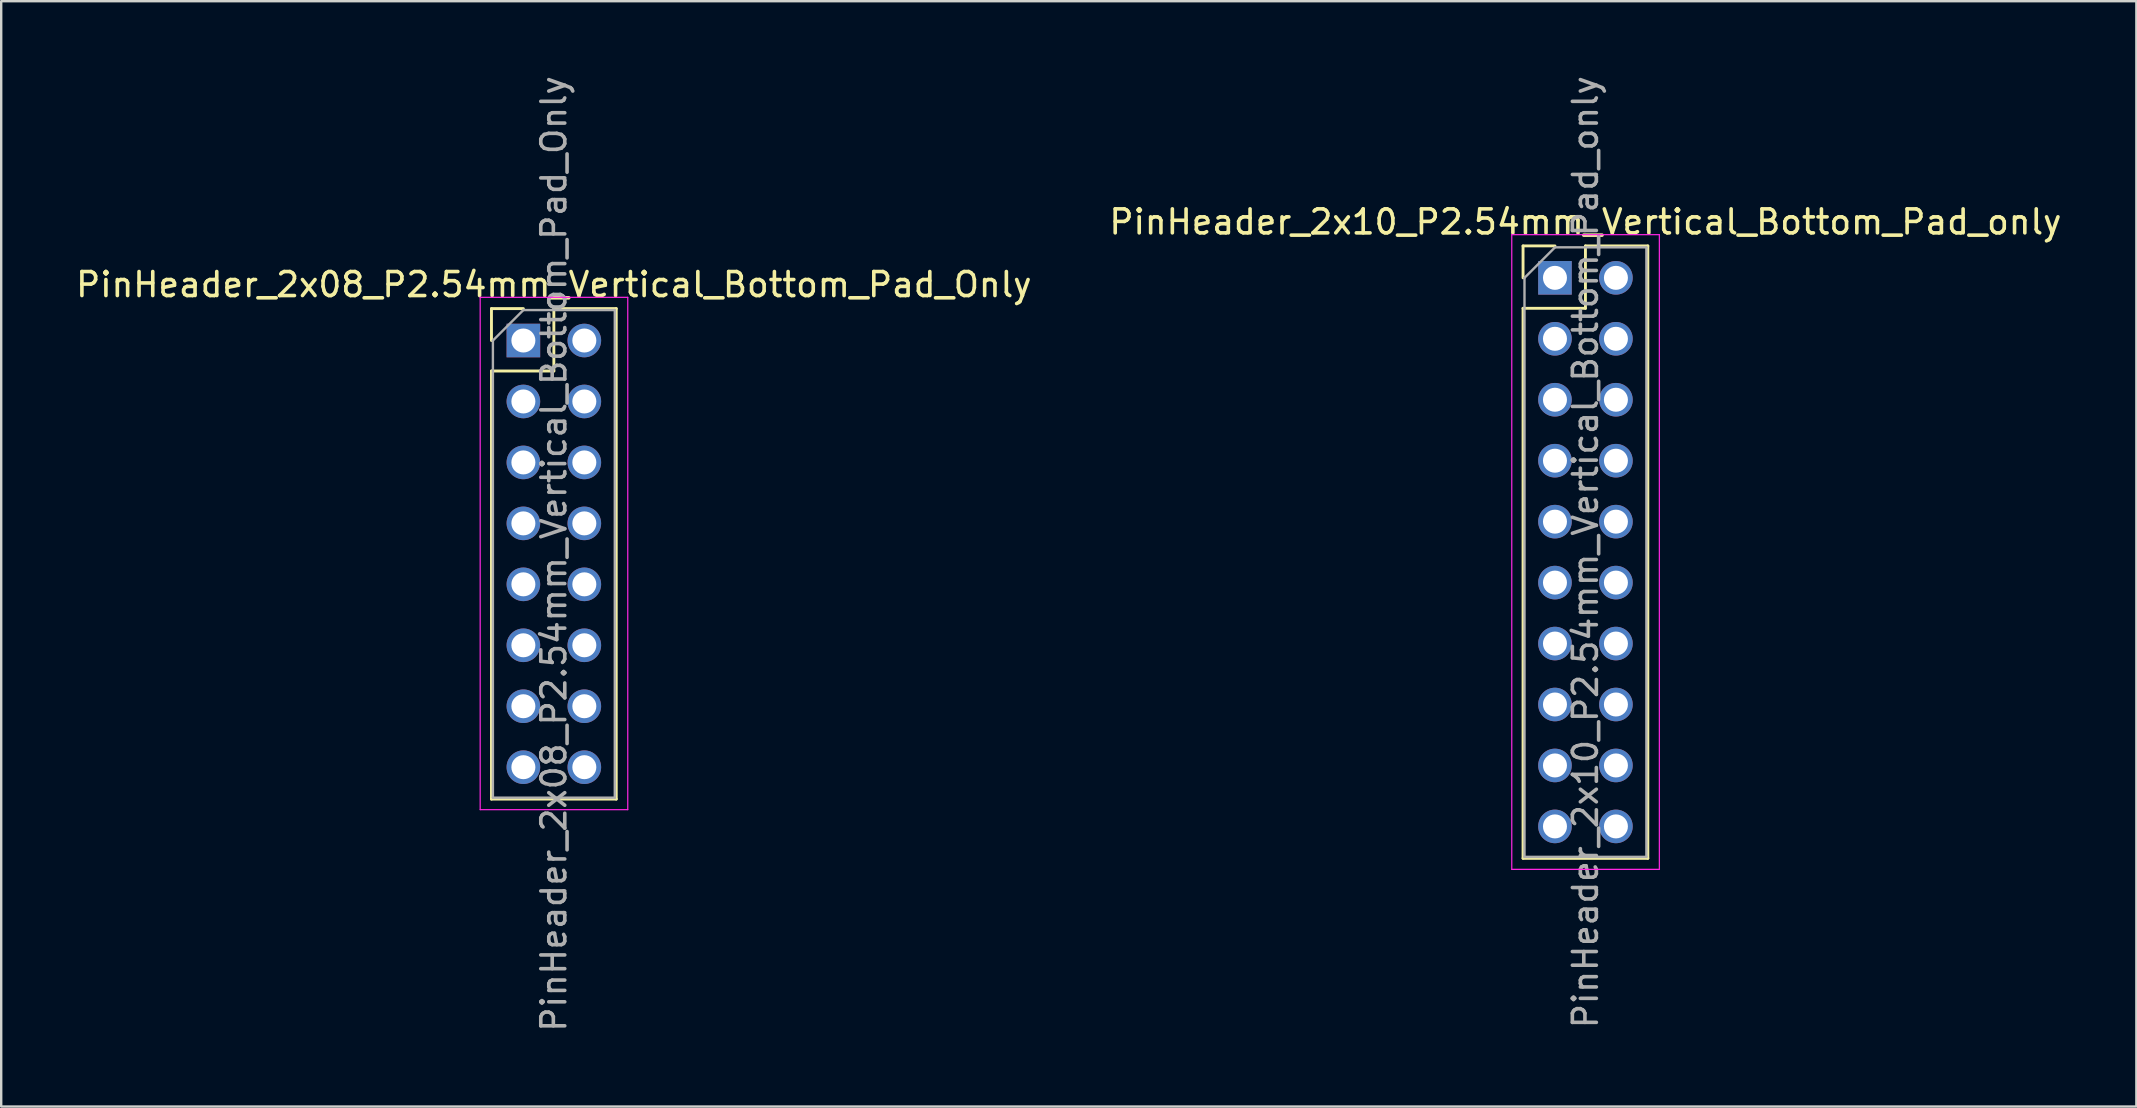
<source format=kicad_pcb>
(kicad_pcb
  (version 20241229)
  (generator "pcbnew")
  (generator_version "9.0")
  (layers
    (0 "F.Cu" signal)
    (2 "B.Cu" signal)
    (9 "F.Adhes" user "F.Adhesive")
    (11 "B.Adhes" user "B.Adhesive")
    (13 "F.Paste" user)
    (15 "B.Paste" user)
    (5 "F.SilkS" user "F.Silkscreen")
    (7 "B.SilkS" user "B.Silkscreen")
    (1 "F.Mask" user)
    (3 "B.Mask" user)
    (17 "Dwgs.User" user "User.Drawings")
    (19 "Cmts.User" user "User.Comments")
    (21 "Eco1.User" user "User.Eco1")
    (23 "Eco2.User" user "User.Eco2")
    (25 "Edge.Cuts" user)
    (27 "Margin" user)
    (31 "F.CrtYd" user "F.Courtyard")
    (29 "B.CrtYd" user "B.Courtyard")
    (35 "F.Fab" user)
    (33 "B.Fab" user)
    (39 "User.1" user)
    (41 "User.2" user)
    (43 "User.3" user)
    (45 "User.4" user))
  (footprint "PinHeader_2x08_P2.54mm_Vertical_Bottom_Pad_Only"
    (layer "F.Cu")
    (at 18.76 11.14)
    (property "Reference" "PinHeader_2x08_P2.54mm_Vertical_Bottom_Pad_Only" (at 1.27 -2.33 0) (layer "F.SilkS") (effects (font (size 1 1) (thickness 0.15))))
    (attr through_hole)
    (fp_line (start -1.33 -1.33) (end 0 -1.33) (stroke (width 0.12) (type solid)) (layer "F.SilkS"))
    (fp_line (start -1.33 0) (end -1.33 -1.33) (stroke (width 0.12) (type solid)) (layer "F.SilkS"))
    (fp_line (start -1.33 1.27) (end -1.33 19.11) (stroke (width 0.12) (type solid)) (layer "F.SilkS"))
    (fp_line (start -1.33 1.27) (end 1.27 1.27) (stroke (width 0.12) (type solid)) (layer "F.SilkS"))
    (fp_line (start -1.33 19.11) (end 3.87 19.11) (stroke (width 0.12) (type solid)) (layer "F.SilkS"))
    (fp_line (start 1.27 -1.33) (end 3.87 -1.33) (stroke (width 0.12) (type solid)) (layer "F.SilkS"))
    (fp_line (start 1.27 1.27) (end 1.27 -1.33) (stroke (width 0.12) (type solid)) (layer "F.SilkS"))
    (fp_line (start 3.87 -1.33) (end 3.87 19.11) (stroke (width 0.12) (type solid)) (layer "F.SilkS"))
    (fp_line (start -1.8 -1.8) (end -1.8 19.55) (stroke (width 0.05) (type solid)) (layer "F.CrtYd"))
    (fp_line (start -1.8 19.55) (end 4.35 19.55) (stroke (width 0.05) (type solid)) (layer "F.CrtYd"))
    (fp_line (start 4.35 -1.8) (end -1.8 -1.8) (stroke (width 0.05) (type solid)) (layer "F.CrtYd"))
    (fp_line (start 4.35 19.55) (end 4.35 -1.8) (stroke (width 0.05) (type solid)) (layer "F.CrtYd"))
    (fp_line (start -1.27 0) (end 0 -1.27) (stroke (width 0.1) (type solid)) (layer "F.Fab"))
    (fp_line (start -1.27 19.05) (end -1.27 0) (stroke (width 0.1) (type solid)) (layer "F.Fab"))
    (fp_line (start 0 -1.27) (end 3.81 -1.27) (stroke (width 0.1) (type solid)) (layer "F.Fab"))
    (fp_line (start 3.81 -1.27) (end 3.81 19.05) (stroke (width 0.1) (type solid)) (layer "F.Fab"))
    (fp_line (start 3.81 19.05) (end -1.27 19.05) (stroke (width 0.1) (type solid)) (layer "F.Fab"))
    (fp_text user "${REFERENCE}" (at 1.27 8.89 90) (layer "F.Fab") (effects (font (size 1 1) (thickness 0.15))))
    (pad "1" thru_hole rect (at 0 0) (size 1.4 1.4) (drill 1) (layers "*.Mask" "B.Cu"))
    (pad "2" thru_hole circle (at 2.54 0) (size 1.4 1.4) (drill 1) (layers "*.Mask" "B.Cu"))
    (pad "3" thru_hole oval (at 0 2.54) (size 1.4 1.4) (drill 1) (layers "*.Mask" "B.Cu"))
    (pad "4" thru_hole oval (at 2.54 2.54) (size 1.4 1.4) (drill 1) (layers "*.Mask" "B.Cu"))
    (pad "5" thru_hole oval (at 0 5.08) (size 1.4 1.4) (drill 1) (layers "*.Mask" "B.Cu"))
    (pad "6" thru_hole oval (at 2.54 5.08) (size 1.4 1.4) (drill 1) (layers "*.Mask" "B.Cu"))
    (pad "7" thru_hole oval (at 0 7.62) (size 1.4 1.4) (drill 1) (layers "*.Mask" "B.Cu"))
    (pad "8" thru_hole oval (at 2.54 7.62) (size 1.4 1.4) (drill 1) (layers "*.Mask" "B.Cu"))
    (pad "9" thru_hole oval (at 0 10.16) (size 1.4 1.4) (drill 1) (layers "*.Mask" "B.Cu"))
    (pad "10" thru_hole oval (at 2.54 10.16) (size 1.4 1.4) (drill 1) (layers "*.Mask" "B.Cu"))
    (pad "11" thru_hole oval (at 0 12.7) (size 1.4 1.4) (drill 1) (layers "*.Mask" "B.Cu"))
    (pad "12" thru_hole oval (at 2.54 12.7) (size 1.4 1.4) (drill 1) (layers "*.Mask" "B.Cu"))
    (pad "13" thru_hole oval (at 0 15.24) (size 1.4 1.4) (drill 1) (layers "*.Mask" "B.Cu"))
    (pad "14" thru_hole oval (at 2.54 15.24) (size 1.4 1.4) (drill 1) (layers "*.Mask" "B.Cu"))
    (pad "15" thru_hole oval (at 0 17.78) (size 1.4 1.4) (drill 1) (layers "*.Mask" "B.Cu"))
    (pad "16" thru_hole oval (at 2.54 17.78) (size 1.4 1.4) (drill 1) (layers "*.Mask" "B.Cu")))
  (footprint "PinHeader_2x10_P2.54mm_Vertical_Bottom_Pad_only"
    (layer "F.Cu")
    (at 61.748 8.528)
    (property "Reference" "PinHeader_2x10_P2.54mm_Vertical_Bottom_Pad_only" (at 1.27 -2.33 0) (layer "F.SilkS") (effects (font (size 1 1) (thickness 0.15))))
    (attr through_hole)
    (fp_line (start -1.33 -1.33) (end 0 -1.33) (stroke (width 0.12) (type solid)) (layer "F.SilkS"))
    (fp_line (start -1.33 0) (end -1.33 -1.33) (stroke (width 0.12) (type solid)) (layer "F.SilkS"))
    (fp_line (start -1.33 1.27) (end -1.33 24.19) (stroke (width 0.12) (type solid)) (layer "F.SilkS"))
    (fp_line (start -1.33 1.27) (end 1.27 1.27) (stroke (width 0.12) (type solid)) (layer "F.SilkS"))
    (fp_line (start -1.33 24.19) (end 3.87 24.19) (stroke (width 0.12) (type solid)) (layer "F.SilkS"))
    (fp_line (start 1.27 -1.33) (end 3.87 -1.33) (stroke (width 0.12) (type solid)) (layer "F.SilkS"))
    (fp_line (start 1.27 1.27) (end 1.27 -1.33) (stroke (width 0.12) (type solid)) (layer "F.SilkS"))
    (fp_line (start 3.87 -1.33) (end 3.87 24.19) (stroke (width 0.12) (type solid)) (layer "F.SilkS"))
    (fp_line (start -1.8 -1.8) (end -1.8 24.65) (stroke (width 0.05) (type solid)) (layer "F.CrtYd"))
    (fp_line (start -1.8 24.65) (end 4.35 24.65) (stroke (width 0.05) (type solid)) (layer "F.CrtYd"))
    (fp_line (start 4.35 -1.8) (end -1.8 -1.8) (stroke (width 0.05) (type solid)) (layer "F.CrtYd"))
    (fp_line (start 4.35 24.65) (end 4.35 -1.8) (stroke (width 0.05) (type solid)) (layer "F.CrtYd"))
    (fp_line (start -1.27 0) (end 0 -1.27) (stroke (width 0.1) (type solid)) (layer "F.Fab"))
    (fp_line (start -1.27 24.13) (end -1.27 0) (stroke (width 0.1) (type solid)) (layer "F.Fab"))
    (fp_line (start 0 -1.27) (end 3.81 -1.27) (stroke (width 0.1) (type solid)) (layer "F.Fab"))
    (fp_line (start 3.81 -1.27) (end 3.81 24.13) (stroke (width 0.1) (type solid)) (layer "F.Fab"))
    (fp_line (start 3.81 24.13) (end -1.27 24.13) (stroke (width 0.1) (type solid)) (layer "F.Fab"))
    (fp_text user "${REFERENCE}" (at 1.27 11.43 90) (layer "F.Fab") (effects (font (size 1 1) (thickness 0.15))))
    (pad "1" thru_hole rect (at 0 0) (size 1.4 1.4) (drill 1) (layers "*.Mask" "B.Cu"))
    (pad "2" thru_hole oval (at 2.54 0) (size 1.4 1.4) (drill 1) (layers "*.Mask" "B.Cu"))
    (pad "3" thru_hole oval (at 0 2.54) (size 1.4 1.4) (drill 1) (layers "*.Mask" "B.Cu"))
    (pad "4" thru_hole oval (at 2.54 2.54) (size 1.4 1.4) (drill 1) (layers "*.Mask" "B.Cu"))
    (pad "5" thru_hole oval (at 0 5.08) (size 1.4 1.4) (drill 1) (layers "*.Mask" "B.Cu"))
    (pad "6" thru_hole oval (at 2.54 5.08) (size 1.4 1.4) (drill 1) (layers "*.Mask" "B.Cu"))
    (pad "7" thru_hole oval (at 0 7.62) (size 1.4 1.4) (drill 1) (layers "*.Mask" "B.Cu"))
    (pad "8" thru_hole oval (at 2.54 7.62) (size 1.4 1.4) (drill 1) (layers "*.Mask" "B.Cu"))
    (pad "9" thru_hole oval (at 0 10.16) (size 1.4 1.4) (drill 1) (layers "*.Mask" "B.Cu"))
    (pad "10" thru_hole oval (at 2.54 10.16) (size 1.4 1.4) (drill 1) (layers "*.Mask" "B.Cu"))
    (pad "11" thru_hole oval (at 0 12.7) (size 1.4 1.4) (drill 1) (layers "*.Mask" "B.Cu"))
    (pad "12" thru_hole oval (at 2.54 12.7) (size 1.4 1.4) (drill 1) (layers "*.Mask" "B.Cu"))
    (pad "13" thru_hole oval (at 0 15.24) (size 1.4 1.4) (drill 1) (layers "*.Mask" "B.Cu"))
    (pad "14" thru_hole oval (at 2.54 15.24) (size 1.4 1.4) (drill 1) (layers "*.Mask" "B.Cu"))
    (pad "15" thru_hole oval (at 0 17.78) (size 1.4 1.4) (drill 1) (layers "*.Mask" "B.Cu"))
    (pad "16" thru_hole oval (at 2.54 17.78) (size 1.4 1.4) (drill 1) (layers "*.Mask" "B.Cu"))
    (pad "17" thru_hole oval (at 0 20.32) (size 1.4 1.4) (drill 1) (layers "*.Mask" "B.Cu"))
    (pad "18" thru_hole oval (at 2.54 20.32) (size 1.4 1.4) (drill 1) (layers "*.Mask" "B.Cu"))
    (pad "19" thru_hole oval (at 0 22.86) (size 1.4 1.4) (drill 1) (layers "*.Mask" "B.Cu"))
    (pad "20" thru_hole oval (at 2.54 22.86) (size 1.4 1.4) (drill 1) (layers "*.Mask" "B.Cu")))
  (gr_rect
    (start -3 -3)
    (end 85.976 43.06)
    (stroke (width 0.1) (type default))
    (fill no)
    (layer "Edge.Cuts")))
</source>
